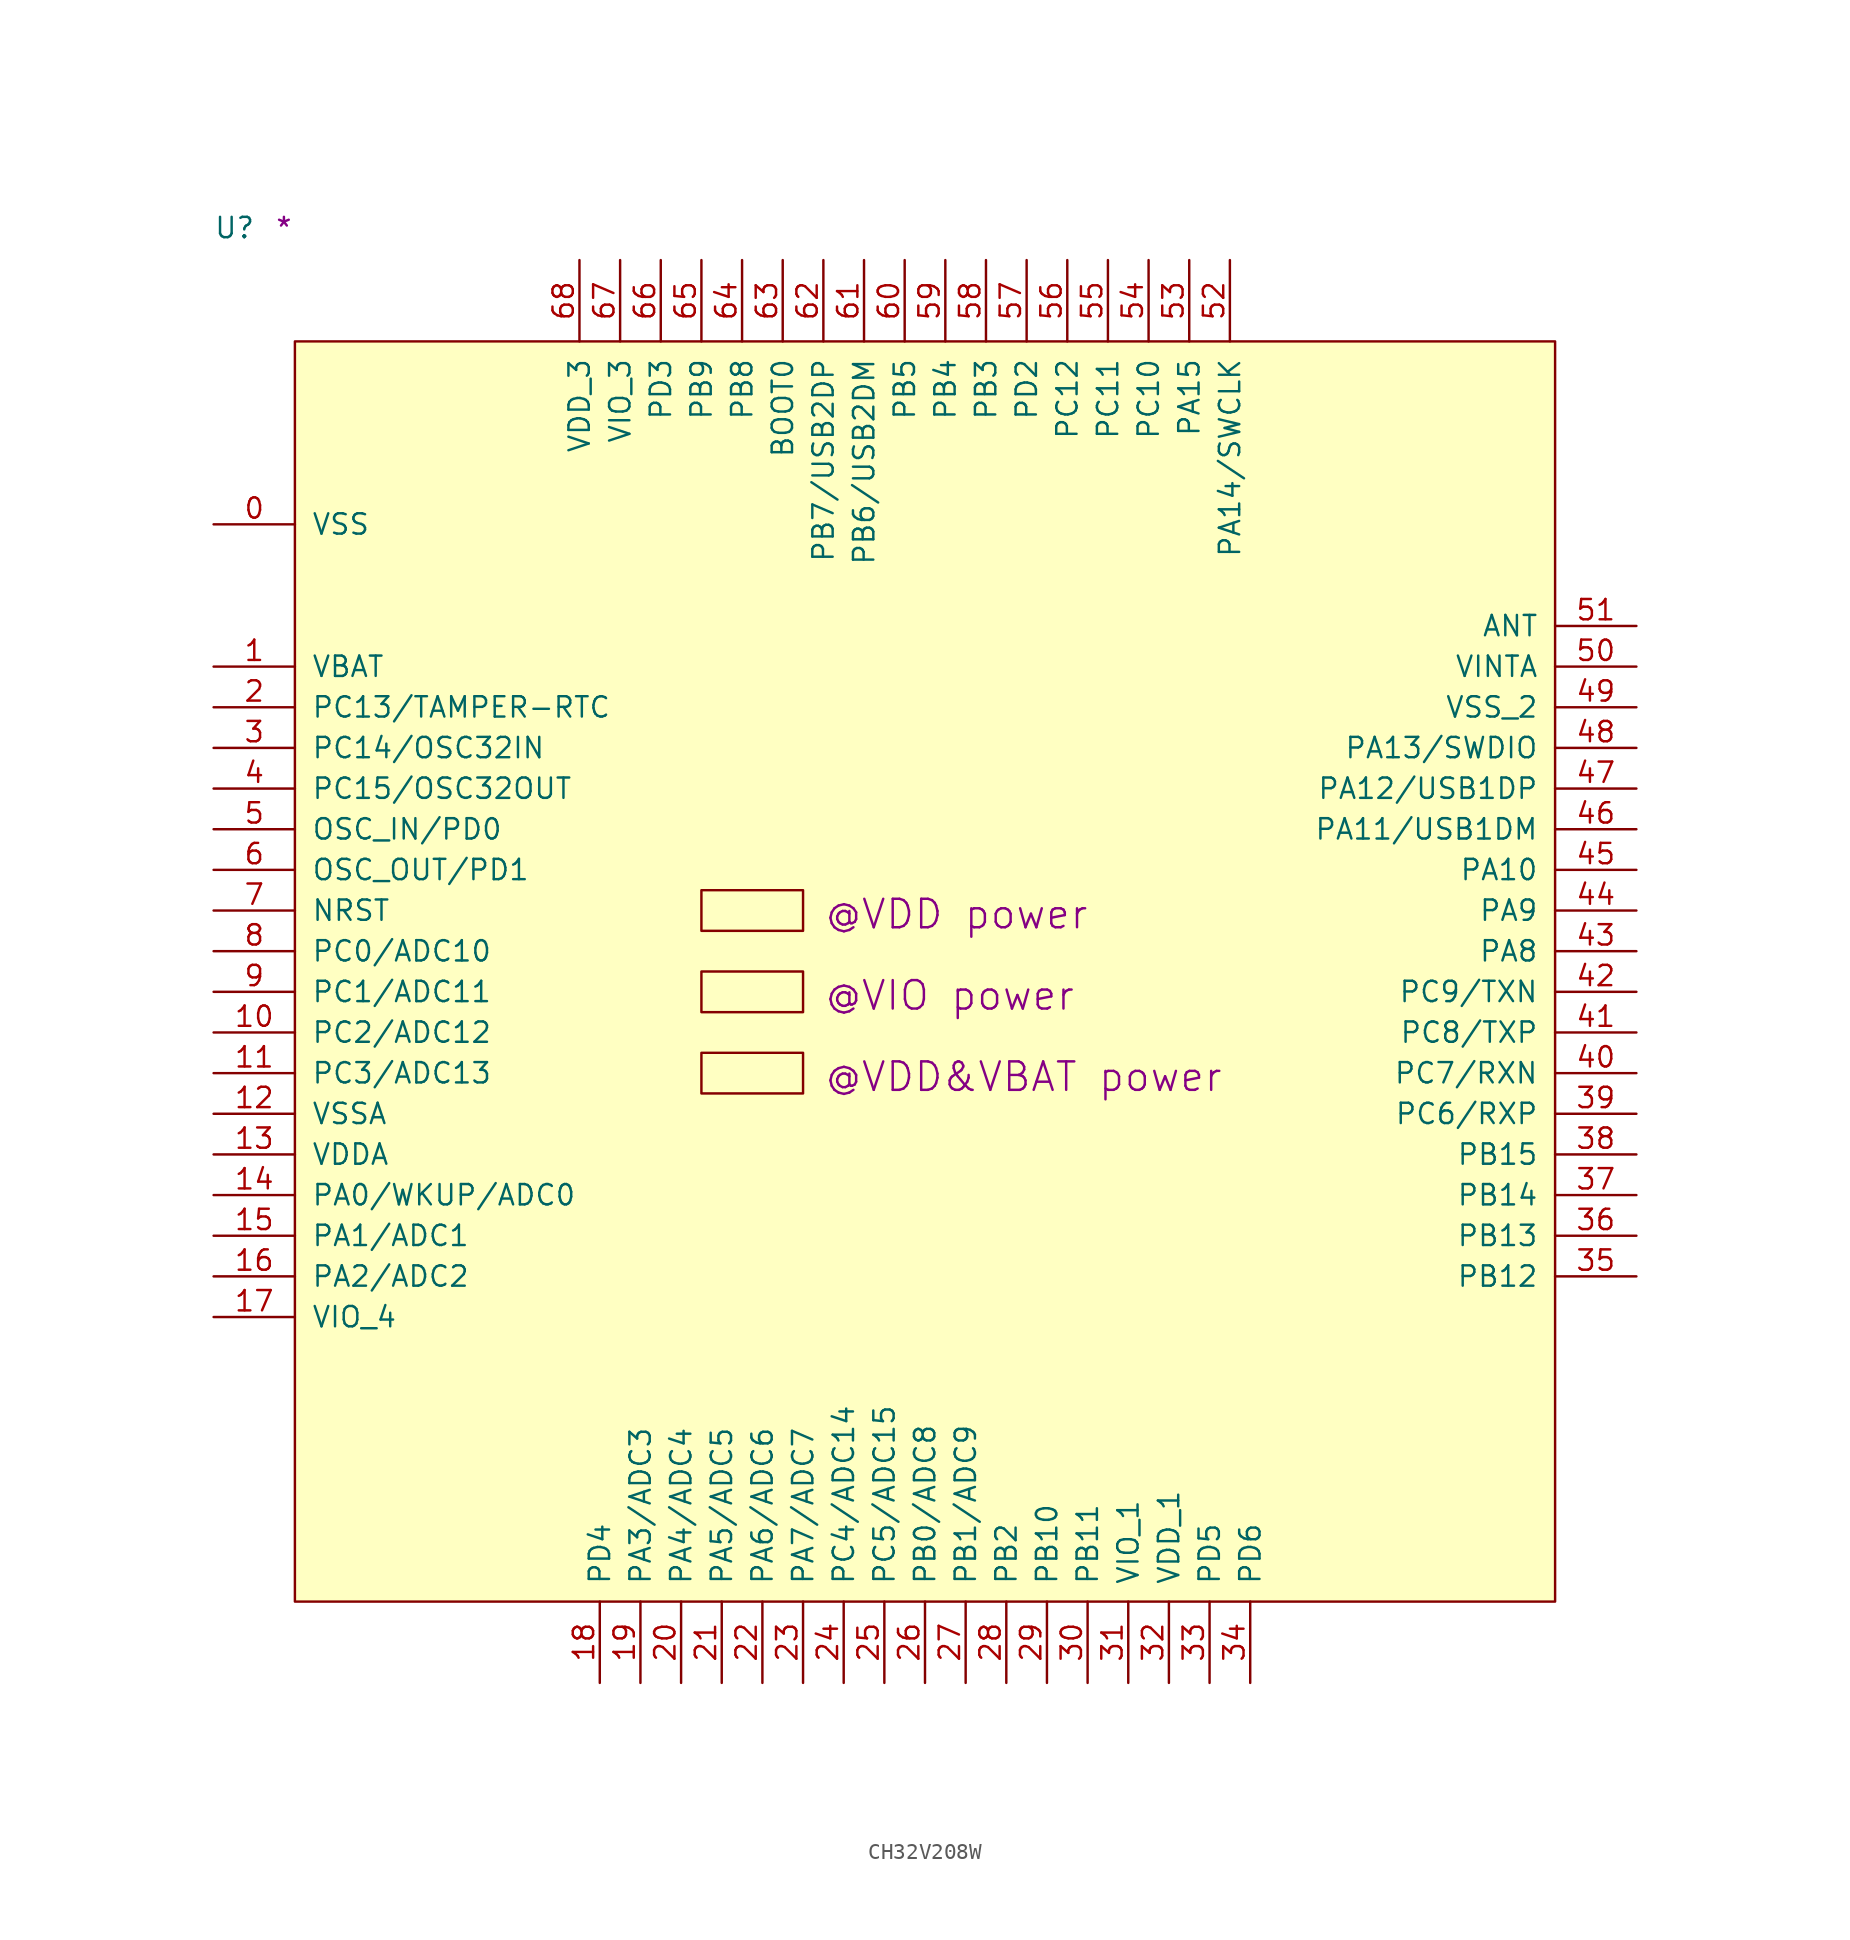
<source format=kicad_sym>
(kicad_symbol_lib
  (version 20211014)
  (generator kicad_symbol_editor)
  (symbol "CH32V208W"
    (pin_names
      (offset 1.016))
    (property "Reference" "U"
      (at -5.08 6.35 0)
      (effects (font (size 1.27 1.27)) (justify left bottom)))
    (property "user" "@VDD&VBAT power"
      (at 33.02 -46.99 0)
      (effects (font (size 1.778 1.778)) (justify left bottom)))
    (property "user_1" "@VDD power"
      (at 33.02 -36.83 0)
      (effects (font (size 1.778 1.778)) (justify left bottom)))
    (property "user_2" "@VIO power"
      (at 33.02 -41.91 0)
      (effects (font (size 1.778 1.778)) (justify left bottom)))
    (property "Comment" "*"
      (at -1.27 6.35 0)
      (effects (font (size 1.27 1.27)) (justify left bottom)))
    (symbol "CH32V208W_1_1"
      (rectangle (start 0 -78.74) (end 78.74 0) (stroke (width 0) (type default) (color 0 0 0 0)) (fill (type background)))
      (rectangle (start 25.4 -46.99) (end 31.75 -44.45) (stroke (width 0) (type default) (color 0 0 0 0)) (fill (type background)))
      (rectangle (start 25.4 -41.91) (end 31.75 -39.37) (stroke (width 0) (type default) (color 0 0 0 0)) (fill (type background)))
      (rectangle (start 25.4 -36.83) (end 31.75 -34.29) (stroke (width 0) (type default) (color 0 0 0 0)) (fill (type background)))
      (pin power_in line (at -5.08 -11.43 0) (length 5.08) (name "VSS" (effects (font (size 1.27 1.27)))) (number "0" (effects (font (size 1.27 1.27)))))
      (pin power_in line (at -5.08 -20.32 0) (length 5.08) (name "VBAT" (effects (font (size 1.27 1.27)))) (number "1" (effects (font (size 1.27 1.27)))))
      (pin bidirectional line (at -5.08 -43.18 0) (length 5.08) (name "PC2/ADC12" (effects (font (size 1.27 1.27)))) (number "10" (effects (font (size 1.27 1.27)))))
      (pin bidirectional line (at -5.08 -45.72 0) (length 5.08) (name "PC3/ADC13" (effects (font (size 1.27 1.27)))) (number "11" (effects (font (size 1.27 1.27)))))
      (pin power_in line (at -5.08 -48.26 0) (length 5.08) (name "VSSA" (effects (font (size 1.27 1.27)))) (number "12" (effects (font (size 1.27 1.27)))))
      (pin power_in line (at -5.08 -50.8 0) (length 5.08) (name "VDDA" (effects (font (size 1.27 1.27)))) (number "13" (effects (font (size 1.27 1.27)))))
      (pin bidirectional line (at -5.08 -53.34 0) (length 5.08) (name "PA0/WKUP/ADC0" (effects (font (size 1.27 1.27)))) (number "14" (effects (font (size 1.27 1.27)))))
      (pin bidirectional line (at -5.08 -55.88 0) (length 5.08) (name "PA1/ADC1" (effects (font (size 1.27 1.27)))) (number "15" (effects (font (size 1.27 1.27)))))
      (pin bidirectional line (at -5.08 -58.42 0) (length 5.08) (name "PA2/ADC2" (effects (font (size 1.27 1.27)))) (number "16" (effects (font (size 1.27 1.27)))))
      (pin power_in line (at -5.08 -60.96 0) (length 5.08) (name "VIO_4" (effects (font (size 1.27 1.27)))) (number "17" (effects (font (size 1.27 1.27)))))
      (pin bidirectional line (at 19.05 -83.82 90) (length 5.08) (name "PD4" (effects (font (size 1.27 1.27)))) (number "18" (effects (font (size 1.27 1.27)))))
      (pin bidirectional line (at 21.59 -83.82 90) (length 5.08) (name "PA3/ADC3" (effects (font (size 1.27 1.27)))) (number "19" (effects (font (size 1.27 1.27)))))
      (pin bidirectional line (at -5.08 -22.86 0) (length 5.08) (name "PC13/TAMPER-RTC" (effects (font (size 1.27 1.27)))) (number "2" (effects (font (size 1.27 1.27)))))
      (pin bidirectional line (at 24.13 -83.82 90) (length 5.08) (name "PA4/ADC4" (effects (font (size 1.27 1.27)))) (number "20" (effects (font (size 1.27 1.27)))))
      (pin bidirectional line (at 26.67 -83.82 90) (length 5.08) (name "PA5/ADC5" (effects (font (size 1.27 1.27)))) (number "21" (effects (font (size 1.27 1.27)))))
      (pin bidirectional line (at 29.21 -83.82 90) (length 5.08) (name "PA6/ADC6" (effects (font (size 1.27 1.27)))) (number "22" (effects (font (size 1.27 1.27)))))
      (pin bidirectional line (at 31.75 -83.82 90) (length 5.08) (name "PA7/ADC7" (effects (font (size 1.27 1.27)))) (number "23" (effects (font (size 1.27 1.27)))))
      (pin bidirectional line (at 34.29 -83.82 90) (length 5.08) (name "PC4/ADC14" (effects (font (size 1.27 1.27)))) (number "24" (effects (font (size 1.27 1.27)))))
      (pin bidirectional line (at 36.83 -83.82 90) (length 5.08) (name "PC5/ADC15" (effects (font (size 1.27 1.27)))) (number "25" (effects (font (size 1.27 1.27)))))
      (pin bidirectional line (at 39.37 -83.82 90) (length 5.08) (name "PB0/ADC8" (effects (font (size 1.27 1.27)))) (number "26" (effects (font (size 1.27 1.27)))))
      (pin bidirectional line (at 41.91 -83.82 90) (length 5.08) (name "PB1/ADC9" (effects (font (size 1.27 1.27)))) (number "27" (effects (font (size 1.27 1.27)))))
      (pin bidirectional line (at 44.45 -83.82 90) (length 5.08) (name "PB2" (effects (font (size 1.27 1.27)))) (number "28" (effects (font (size 1.27 1.27)))))
      (pin bidirectional line (at 46.99 -83.82 90) (length 5.08) (name "PB10" (effects (font (size 1.27 1.27)))) (number "29" (effects (font (size 1.27 1.27)))))
      (pin bidirectional line (at -5.08 -25.4 0) (length 5.08) (name "PC14/OSC32IN" (effects (font (size 1.27 1.27)))) (number "3" (effects (font (size 1.27 1.27)))))
      (pin bidirectional line (at 49.53 -83.82 90) (length 5.08) (name "PB11" (effects (font (size 1.27 1.27)))) (number "30" (effects (font (size 1.27 1.27)))))
      (pin power_in line (at 52.07 -83.82 90) (length 5.08) (name "VIO_1" (effects (font (size 1.27 1.27)))) (number "31" (effects (font (size 1.27 1.27)))))
      (pin power_in line (at 54.61 -83.82 90) (length 5.08) (name "VDD_1" (effects (font (size 1.27 1.27)))) (number "32" (effects (font (size 1.27 1.27)))))
      (pin bidirectional line (at 57.15 -83.82 90) (length 5.08) (name "PD5" (effects (font (size 1.27 1.27)))) (number "33" (effects (font (size 1.27 1.27)))))
      (pin bidirectional line (at 59.69 -83.82 90) (length 5.08) (name "PD6" (effects (font (size 1.27 1.27)))) (number "34" (effects (font (size 1.27 1.27)))))
      (pin bidirectional line (at 83.82 -58.42 180) (length 5.08) (name "PB12" (effects (font (size 1.27 1.27)))) (number "35" (effects (font (size 1.27 1.27)))))
      (pin bidirectional line (at 83.82 -55.88 180) (length 5.08) (name "PB13" (effects (font (size 1.27 1.27)))) (number "36" (effects (font (size 1.27 1.27)))))
      (pin bidirectional line (at 83.82 -53.34 180) (length 5.08) (name "PB14" (effects (font (size 1.27 1.27)))) (number "37" (effects (font (size 1.27 1.27)))))
      (pin bidirectional line (at 83.82 -50.8 180) (length 5.08) (name "PB15" (effects (font (size 1.27 1.27)))) (number "38" (effects (font (size 1.27 1.27)))))
      (pin bidirectional line (at 83.82 -48.26 180) (length 5.08) (name "PC6/RXP" (effects (font (size 1.27 1.27)))) (number "39" (effects (font (size 1.27 1.27)))))
      (pin bidirectional line (at -5.08 -27.94 0) (length 5.08) (name "PC15/OSC32OUT" (effects (font (size 1.27 1.27)))) (number "4" (effects (font (size 1.27 1.27)))))
      (pin bidirectional line (at 83.82 -45.72 180) (length 5.08) (name "PC7/RXN" (effects (font (size 1.27 1.27)))) (number "40" (effects (font (size 1.27 1.27)))))
      (pin bidirectional line (at 83.82 -43.18 180) (length 5.08) (name "PC8/TXP" (effects (font (size 1.27 1.27)))) (number "41" (effects (font (size 1.27 1.27)))))
      (pin bidirectional line (at 83.82 -40.64 180) (length 5.08) (name "PC9/TXN" (effects (font (size 1.27 1.27)))) (number "42" (effects (font (size 1.27 1.27)))))
      (pin bidirectional line (at 83.82 -38.1 180) (length 5.08) (name "PA8" (effects (font (size 1.27 1.27)))) (number "43" (effects (font (size 1.27 1.27)))))
      (pin bidirectional line (at 83.82 -35.56 180) (length 5.08) (name "PA9" (effects (font (size 1.27 1.27)))) (number "44" (effects (font (size 1.27 1.27)))))
      (pin bidirectional line (at 83.82 -33.02 180) (length 5.08) (name "PA10" (effects (font (size 1.27 1.27)))) (number "45" (effects (font (size 1.27 1.27)))))
      (pin bidirectional line (at 83.82 -30.48 180) (length 5.08) (name "PA11/USB1DM" (effects (font (size 1.27 1.27)))) (number "46" (effects (font (size 1.27 1.27)))))
      (pin bidirectional line (at 83.82 -27.94 180) (length 5.08) (name "PA12/USB1DP" (effects (font (size 1.27 1.27)))) (number "47" (effects (font (size 1.27 1.27)))))
      (pin bidirectional line (at 83.82 -25.4 180) (length 5.08) (name "PA13/SWDIO" (effects (font (size 1.27 1.27)))) (number "48" (effects (font (size 1.27 1.27)))))
      (pin power_in line (at 83.82 -22.86 180) (length 5.08) (name "VSS_2" (effects (font (size 1.27 1.27)))) (number "49" (effects (font (size 1.27 1.27)))))
      (pin input line (at -5.08 -30.48 0) (length 5.08) (name "OSC_IN/PD0" (effects (font (size 1.27 1.27)))) (number "5" (effects (font (size 1.27 1.27)))))
      (pin power_in line (at 83.82 -20.32 180) (length 5.08) (name "VINTA" (effects (font (size 1.27 1.27)))) (number "50" (effects (font (size 1.27 1.27)))))
      (pin power_in line (at 83.82 -17.78 180) (length 5.08) (name "ANT" (effects (font (size 1.27 1.27)))) (number "51" (effects (font (size 1.27 1.27)))))
      (pin bidirectional line (at 58.42 5.08 270) (length 5.08) (name "PA14/SWCLK" (effects (font (size 1.27 1.27)))) (number "52" (effects (font (size 1.27 1.27)))))
      (pin bidirectional line (at 55.88 5.08 270) (length 5.08) (name "PA15" (effects (font (size 1.27 1.27)))) (number "53" (effects (font (size 1.27 1.27)))))
      (pin bidirectional line (at 53.34 5.08 270) (length 5.08) (name "PC10" (effects (font (size 1.27 1.27)))) (number "54" (effects (font (size 1.27 1.27)))))
      (pin bidirectional line (at 50.8 5.08 270) (length 5.08) (name "PC11" (effects (font (size 1.27 1.27)))) (number "55" (effects (font (size 1.27 1.27)))))
      (pin bidirectional line (at 48.26 5.08 270) (length 5.08) (name "PC12" (effects (font (size 1.27 1.27)))) (number "56" (effects (font (size 1.27 1.27)))))
      (pin bidirectional line (at 45.72 5.08 270) (length 5.08) (name "PD2" (effects (font (size 1.27 1.27)))) (number "57" (effects (font (size 1.27 1.27)))))
      (pin bidirectional line (at 43.18 5.08 270) (length 5.08) (name "PB3" (effects (font (size 1.27 1.27)))) (number "58" (effects (font (size 1.27 1.27)))))
      (pin bidirectional line (at 40.64 5.08 270) (length 5.08) (name "PB4" (effects (font (size 1.27 1.27)))) (number "59" (effects (font (size 1.27 1.27)))))
      (pin output line (at -5.08 -33.02 0) (length 5.08) (name "OSC_OUT/PD1" (effects (font (size 1.27 1.27)))) (number "6" (effects (font (size 1.27 1.27)))))
      (pin bidirectional line (at 38.1 5.08 270) (length 5.08) (name "PB5" (effects (font (size 1.27 1.27)))) (number "60" (effects (font (size 1.27 1.27)))))
      (pin bidirectional line (at 35.56 5.08 270) (length 5.08) (name "PB6/USB2DM" (effects (font (size 1.27 1.27)))) (number "61" (effects (font (size 1.27 1.27)))))
      (pin bidirectional line (at 33.02 5.08 270) (length 5.08) (name "PB7/USB2DP" (effects (font (size 1.27 1.27)))) (number "62" (effects (font (size 1.27 1.27)))))
      (pin input line (at 30.48 5.08 270) (length 5.08) (name "BOOT0" (effects (font (size 1.27 1.27)))) (number "63" (effects (font (size 1.27 1.27)))))
      (pin bidirectional line (at 27.94 5.08 270) (length 5.08) (name "PB8" (effects (font (size 1.27 1.27)))) (number "64" (effects (font (size 1.27 1.27)))))
      (pin bidirectional line (at 25.4 5.08 270) (length 5.08) (name "PB9" (effects (font (size 1.27 1.27)))) (number "65" (effects (font (size 1.27 1.27)))))
      (pin bidirectional line (at 22.86 5.08 270) (length 5.08) (name "PD3" (effects (font (size 1.27 1.27)))) (number "66" (effects (font (size 1.27 1.27)))))
      (pin power_in line (at 20.32 5.08 270) (length 5.08) (name "VIO_3" (effects (font (size 1.27 1.27)))) (number "67" (effects (font (size 1.27 1.27)))))
      (pin power_in line (at 17.78 5.08 270) (length 5.08) (name "VDD_3" (effects (font (size 1.27 1.27)))) (number "68" (effects (font (size 1.27 1.27)))))
      (pin bidirectional line (at -5.08 -35.56 0) (length 5.08) (name "NRST" (effects (font (size 1.27 1.27)))) (number "7" (effects (font (size 1.27 1.27)))))
      (pin bidirectional line (at -5.08 -38.1 0) (length 5.08) (name "PC0/ADC10" (effects (font (size 1.27 1.27)))) (number "8" (effects (font (size 1.27 1.27)))))
      (pin bidirectional line (at -5.08 -40.64 0) (length 5.08) (name "PC1/ADC11" (effects (font (size 1.27 1.27)))) (number "9" (effects (font (size 1.27 1.27))))))))
</source>
